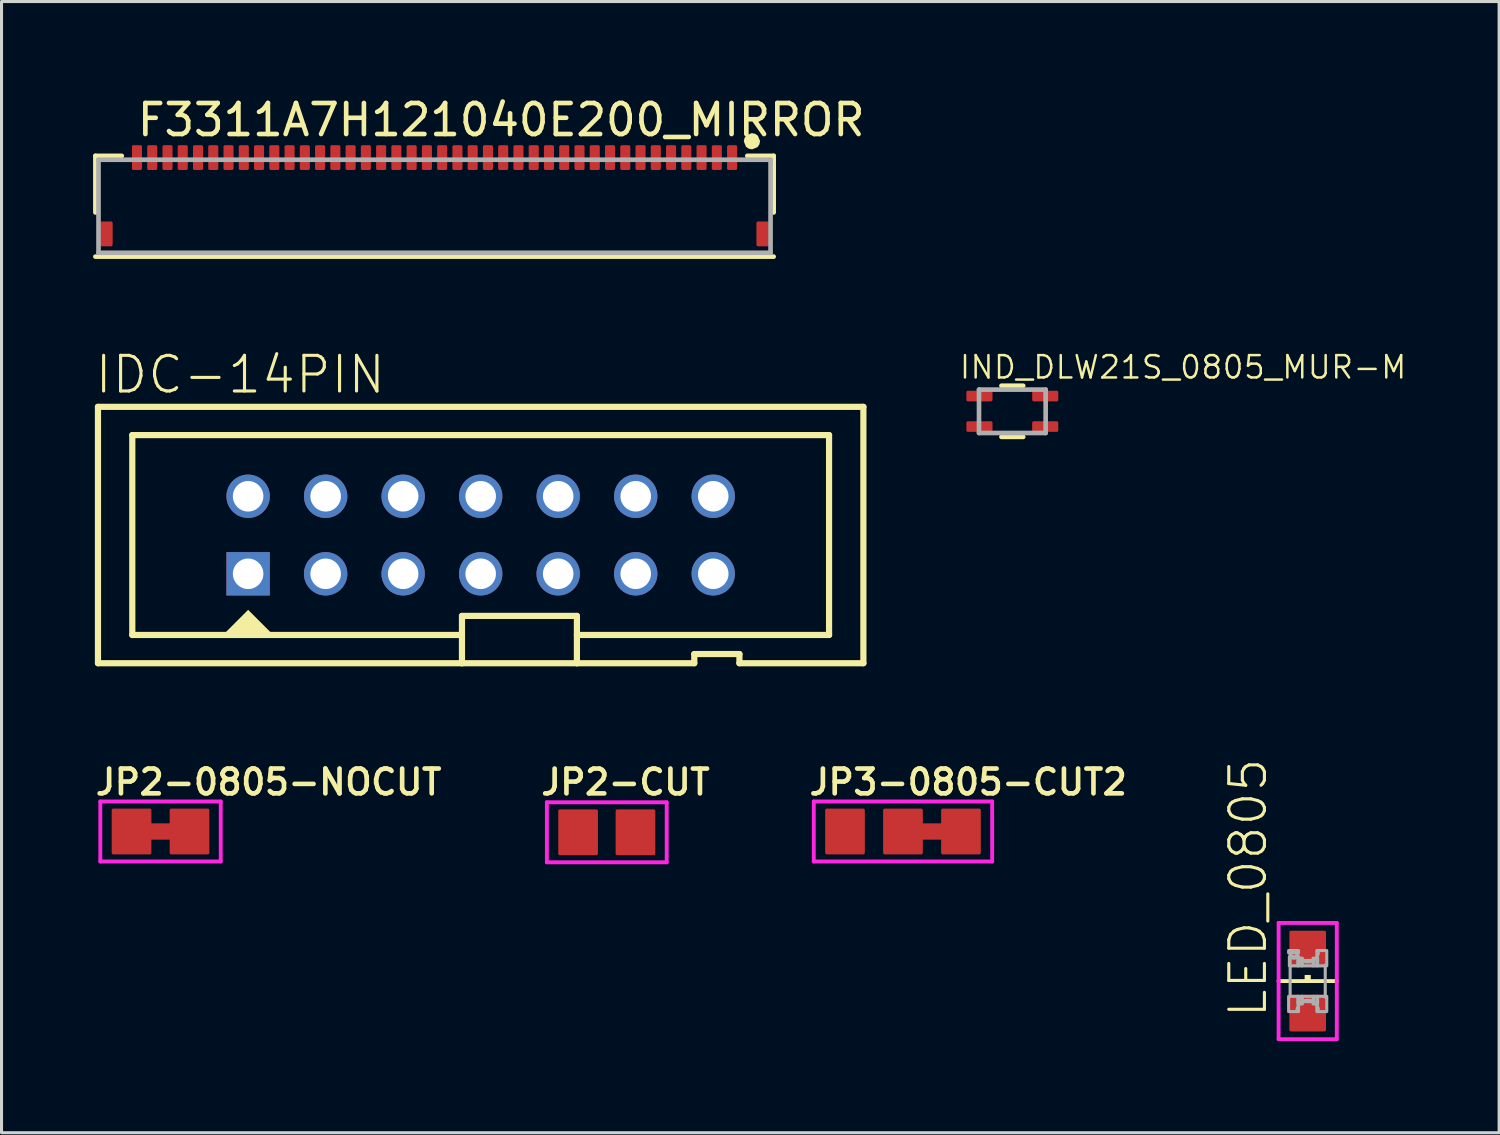
<source format=kicad_pcb>
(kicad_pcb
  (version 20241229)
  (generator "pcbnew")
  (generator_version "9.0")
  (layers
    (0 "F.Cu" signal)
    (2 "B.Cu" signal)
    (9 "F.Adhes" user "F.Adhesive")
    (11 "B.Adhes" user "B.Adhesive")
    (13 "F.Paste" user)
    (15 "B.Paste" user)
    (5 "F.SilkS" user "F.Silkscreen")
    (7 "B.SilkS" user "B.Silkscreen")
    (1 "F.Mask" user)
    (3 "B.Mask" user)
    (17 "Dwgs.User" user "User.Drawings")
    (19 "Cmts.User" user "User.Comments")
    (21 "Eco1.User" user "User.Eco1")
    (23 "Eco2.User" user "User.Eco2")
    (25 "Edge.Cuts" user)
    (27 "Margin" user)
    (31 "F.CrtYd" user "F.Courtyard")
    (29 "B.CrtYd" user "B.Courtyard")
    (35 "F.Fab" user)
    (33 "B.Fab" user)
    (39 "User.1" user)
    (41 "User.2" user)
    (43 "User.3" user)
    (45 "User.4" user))
  (footprint "F3311A7H121040E200_MIRROR"
    (layer "F.Cu")
    (at 11.188 3.978)
    (property "Reference" "F3311A7H121040E200_MIRROR" (at -9.817 -2.505 0) (layer "F.SilkS") (effects (font (size 1.016 1.016) (thickness 0.152)) (justify left bottom)))
    (attr smd)
    (fp_line (start -11.112 -1.921) (end -11.112 -0.067) (stroke (width 0.152) (type solid)) (layer "F.SilkS"))
    (fp_line (start -11.112 1.381) (end 11.112 1.381) (stroke (width 0.152) (type solid)) (layer "F.SilkS"))
    (fp_line (start -10.248 -1.921) (end -11.112 -1.921) (stroke (width 0.152) (type solid)) (layer "F.SilkS"))
    (fp_line (start 11.112 -1.921) (end 10.248 -1.921) (stroke (width 0.152) (type solid)) (layer "F.SilkS"))
    (fp_line (start 11.112 -0.067) (end 11.112 -1.921) (stroke (width 0.152) (type solid)) (layer "F.SilkS"))
    (fp_poly (pts (xy 10.501 -2.645) (xy 10.593 -2.584) (xy 10.666 -2.407) (xy 10.645 -2.299) (xy 10.584 -2.207) (xy 10.407 -2.134) (xy 10.299 -2.155) (xy 10.207 -2.216) (xy 10.134 -2.393) (xy 10.155 -2.501) (xy 10.216 -2.593) (xy 10.393 -2.666)) (stroke (width 0) (type default)) (fill yes) (layer "F.SilkS"))
    (fp_line (start -11.01 -1.794) (end -11.01 1.254) (stroke (width 0.152) (type solid)) (layer "F.Fab"))
    (fp_line (start -11.01 1.254) (end 11.01 1.254) (stroke (width 0.152) (type solid)) (layer "F.Fab"))
    (fp_line (start 11.01 -1.794) (end -11.01 -1.794) (stroke (width 0.152) (type solid)) (layer "F.Fab"))
    (fp_line (start 11.01 1.254) (end 11.01 -1.794) (stroke (width 0.152) (type solid)) (layer "F.Fab"))
    (pad "" smd roundrect (at -10.75 0.636) (size 0.406 0.813) (layers "F.Cu" "F.Mask" "F.Paste") (roundrect_rratio 0.125))
    (pad "" smd roundrect (at 10.75 0.636) (size 0.406 0.813) (layers "F.Cu" "F.Mask" "F.Paste") (roundrect_rratio 0.125))
    (pad "1" smd roundrect (at 9.75 -1.864) (size 0.33 0.813) (layers "F.Cu" "F.Mask" "F.Paste") (roundrect_rratio 0.154))
    (pad "2" smd roundrect (at 9.25 -1.864) (size 0.33 0.813) (layers "F.Cu" "F.Mask" "F.Paste") (roundrect_rratio 0.154))
    (pad "3" smd roundrect (at 8.75 -1.864) (size 0.33 0.813) (layers "F.Cu" "F.Mask" "F.Paste") (roundrect_rratio 0.154))
    (pad "4" smd roundrect (at 8.25 -1.864) (size 0.33 0.813) (layers "F.Cu" "F.Mask" "F.Paste") (roundrect_rratio 0.154))
    (pad "5" smd roundrect (at 7.75 -1.864) (size 0.33 0.813) (layers "F.Cu" "F.Mask" "F.Paste") (roundrect_rratio 0.154))
    (pad "6" smd roundrect (at 7.25 -1.864) (size 0.33 0.813) (layers "F.Cu" "F.Mask" "F.Paste") (roundrect_rratio 0.154))
    (pad "7" smd roundrect (at 6.75 -1.864) (size 0.33 0.813) (layers "F.Cu" "F.Mask" "F.Paste") (roundrect_rratio 0.154))
    (pad "8" smd roundrect (at 6.25 -1.864) (size 0.33 0.813) (layers "F.Cu" "F.Mask" "F.Paste") (roundrect_rratio 0.154))
    (pad "9" smd roundrect (at 5.75 -1.864) (size 0.33 0.813) (layers "F.Cu" "F.Mask" "F.Paste") (roundrect_rratio 0.154))
    (pad "10" smd roundrect (at 5.25 -1.864) (size 0.33 0.813) (layers "F.Cu" "F.Mask" "F.Paste") (roundrect_rratio 0.154))
    (pad "11" smd roundrect (at 4.75 -1.864) (size 0.33 0.813) (layers "F.Cu" "F.Mask" "F.Paste") (roundrect_rratio 0.154))
    (pad "12" smd roundrect (at 4.25 -1.864) (size 0.33 0.813) (layers "F.Cu" "F.Mask" "F.Paste") (roundrect_rratio 0.154))
    (pad "13" smd roundrect (at 3.75 -1.864) (size 0.33 0.813) (layers "F.Cu" "F.Mask" "F.Paste") (roundrect_rratio 0.154))
    (pad "14" smd roundrect (at 3.25 -1.864) (size 0.33 0.813) (layers "F.Cu" "F.Mask" "F.Paste") (roundrect_rratio 0.154))
    (pad "15" smd roundrect (at 2.75 -1.864) (size 0.33 0.813) (layers "F.Cu" "F.Mask" "F.Paste") (roundrect_rratio 0.154))
    (pad "16" smd roundrect (at 2.25 -1.864) (size 0.33 0.813) (layers "F.Cu" "F.Mask" "F.Paste") (roundrect_rratio 0.154))
    (pad "17" smd roundrect (at 1.75 -1.864) (size 0.33 0.813) (layers "F.Cu" "F.Mask" "F.Paste") (roundrect_rratio 0.154))
    (pad "18" smd roundrect (at 1.25 -1.864) (size 0.33 0.813) (layers "F.Cu" "F.Mask" "F.Paste") (roundrect_rratio 0.154))
    (pad "19" smd roundrect (at 0.75 -1.864) (size 0.33 0.813) (layers "F.Cu" "F.Mask" "F.Paste") (roundrect_rratio 0.154))
    (pad "20" smd roundrect (at 0.25 -1.864) (size 0.33 0.813) (layers "F.Cu" "F.Mask" "F.Paste") (roundrect_rratio 0.154))
    (pad "21" smd roundrect (at -0.25 -1.864) (size 0.33 0.813) (layers "F.Cu" "F.Mask" "F.Paste") (roundrect_rratio 0.154))
    (pad "22" smd roundrect (at -0.75 -1.864) (size 0.33 0.813) (layers "F.Cu" "F.Mask" "F.Paste") (roundrect_rratio 0.154))
    (pad "23" smd roundrect (at -1.25 -1.864) (size 0.33 0.813) (layers "F.Cu" "F.Mask" "F.Paste") (roundrect_rratio 0.154))
    (pad "24" smd roundrect (at -1.75 -1.864) (size 0.33 0.813) (layers "F.Cu" "F.Mask" "F.Paste") (roundrect_rratio 0.154))
    (pad "25" smd roundrect (at -2.25 -1.864) (size 0.33 0.813) (layers "F.Cu" "F.Mask" "F.Paste") (roundrect_rratio 0.154))
    (pad "26" smd roundrect (at -2.75 -1.864) (size 0.33 0.813) (layers "F.Cu" "F.Mask" "F.Paste") (roundrect_rratio 0.154))
    (pad "27" smd roundrect (at -3.25 -1.864) (size 0.33 0.813) (layers "F.Cu" "F.Mask" "F.Paste") (roundrect_rratio 0.154))
    (pad "28" smd roundrect (at -3.75 -1.864) (size 0.33 0.813) (layers "F.Cu" "F.Mask" "F.Paste") (roundrect_rratio 0.154))
    (pad "29" smd roundrect (at -4.25 -1.864) (size 0.33 0.813) (layers "F.Cu" "F.Mask" "F.Paste") (roundrect_rratio 0.154))
    (pad "30" smd roundrect (at -4.75 -1.864) (size 0.33 0.813) (layers "F.Cu" "F.Mask" "F.Paste") (roundrect_rratio 0.154))
    (pad "31" smd roundrect (at -5.25 -1.864) (size 0.33 0.813) (layers "F.Cu" "F.Mask" "F.Paste") (roundrect_rratio 0.154))
    (pad "32" smd roundrect (at -5.75 -1.864) (size 0.33 0.813) (layers "F.Cu" "F.Mask" "F.Paste") (roundrect_rratio 0.154))
    (pad "33" smd roundrect (at -6.25 -1.864) (size 0.33 0.813) (layers "F.Cu" "F.Mask" "F.Paste") (roundrect_rratio 0.154))
    (pad "34" smd roundrect (at -6.75 -1.864) (size 0.33 0.813) (layers "F.Cu" "F.Mask" "F.Paste") (roundrect_rratio 0.154))
    (pad "35" smd roundrect (at -7.25 -1.864) (size 0.33 0.813) (layers "F.Cu" "F.Mask" "F.Paste") (roundrect_rratio 0.154))
    (pad "36" smd roundrect (at -7.75 -1.864) (size 0.33 0.813) (layers "F.Cu" "F.Mask" "F.Paste") (roundrect_rratio 0.154))
    (pad "37" smd roundrect (at -8.25 -1.864) (size 0.33 0.813) (layers "F.Cu" "F.Mask" "F.Paste") (roundrect_rratio 0.154))
    (pad "38" smd roundrect (at -8.75 -1.864) (size 0.33 0.813) (layers "F.Cu" "F.Mask" "F.Paste") (roundrect_rratio 0.154))
    (pad "39" smd roundrect (at -9.25 -1.864) (size 0.33 0.813) (layers "F.Cu" "F.Mask" "F.Paste") (roundrect_rratio 0.154))
    (pad "40" smd roundrect (at -9.75 -1.864) (size 0.33 0.813) (layers "F.Cu" "F.Mask" "F.Paste") (roundrect_rratio 0.154)))
  (footprint "IDC-14PIN"
    (layer "F.Cu")
    (at 12.7 14.481)
    (property "Reference" "IDC-14PIN" (at -12.7 -4.572 0) (layer "F.SilkS") (effects (font (size 1.168 1.168) (thickness 0.102)) (justify left bottom)))
    (fp_line (start -12.54 -4.2) (end 12.54 -4.2) (stroke (width 0.203) (type solid)) (layer "F.SilkS"))
    (fp_line (start -12.54 4.2) (end -12.54 -4.2) (stroke (width 0.203) (type solid)) (layer "F.SilkS"))
    (fp_line (start -11.415 -3.275) (end 11.415 -3.275) (stroke (width 0.203) (type solid)) (layer "F.SilkS"))
    (fp_line (start -11.415 3.275) (end -11.415 -3.275) (stroke (width 0.203) (type solid)) (layer "F.SilkS"))
    (fp_line (start -0.613 2.65) (end -0.613 4.2) (stroke (width 0.203) (type solid)) (layer "F.SilkS"))
    (fp_line (start -0.613 3.275) (end -11.415 3.275) (stroke (width 0.203) (type solid)) (layer "F.SilkS"))
    (fp_line (start -0.613 4.2) (end -12.54 4.2) (stroke (width 0.203) (type solid)) (layer "F.SilkS"))
    (fp_line (start 3.153 2.65) (end -0.613 2.65) (stroke (width 0.203) (type solid)) (layer "F.SilkS"))
    (fp_line (start 3.153 4.2) (end -0.613 4.2) (stroke (width 0.203) (type solid)) (layer "F.SilkS"))
    (fp_line (start 3.153 4.2) (end 3.153 2.65) (stroke (width 0.203) (type solid)) (layer "F.SilkS"))
    (fp_line (start 6.999 3.9) (end 6.999 4.2) (stroke (width 0.203) (type solid)) (layer "F.SilkS"))
    (fp_line (start 6.999 4.2) (end 3.153 4.2) (stroke (width 0.203) (type solid)) (layer "F.SilkS"))
    (fp_line (start 8.478 3.9) (end 6.999 3.9) (stroke (width 0.203) (type solid)) (layer "F.SilkS"))
    (fp_line (start 8.478 4.2) (end 8.478 3.9) (stroke (width 0.203) (type solid)) (layer "F.SilkS"))
    (fp_line (start 11.415 -3.275) (end 11.415 3.275) (stroke (width 0.203) (type solid)) (layer "F.SilkS"))
    (fp_line (start 11.415 3.275) (end 3.153 3.275) (stroke (width 0.203) (type solid)) (layer "F.SilkS"))
    (fp_line (start 12.54 -4.2) (end 12.54 4.2) (stroke (width 0.203) (type solid)) (layer "F.SilkS"))
    (fp_line (start 12.54 4.2) (end 8.478 4.2) (stroke (width 0.203) (type solid)) (layer "F.SilkS"))
    (fp_poly (pts (xy -6.832 3.239) (xy -8.408 3.239) (xy -7.62 2.45)) (stroke (width 0) (type default)) (fill yes) (layer "F.SilkS"))
    (pad "1" thru_hole rect (at -7.62 1.27) (size 1.422 1.422) (drill 1) (layers "*.Cu" "*.Mask"))
    (pad "2" thru_hole circle (at -7.62 -1.27) (size 1.422 1.422) (drill 1) (layers "*.Cu" "*.Mask"))
    (pad "3" thru_hole circle (at -5.08 1.27) (size 1.422 1.422) (drill 1) (layers "*.Cu" "*.Mask"))
    (pad "4" thru_hole circle (at -5.08 -1.27) (size 1.422 1.422) (drill 1) (layers "*.Cu" "*.Mask"))
    (pad "5" thru_hole circle (at -2.54 1.27) (size 1.422 1.422) (drill 1) (layers "*.Cu" "*.Mask"))
    (pad "6" thru_hole circle (at -2.54 -1.27) (size 1.422 1.422) (drill 1) (layers "*.Cu" "*.Mask"))
    (pad "7" thru_hole circle (at 0 1.27) (size 1.422 1.422) (drill 1) (layers "*.Cu" "*.Mask"))
    (pad "8" thru_hole circle (at 0 -1.27) (size 1.422 1.422) (drill 1) (layers "*.Cu" "*.Mask"))
    (pad "9" thru_hole circle (at 2.54 1.27) (size 1.422 1.422) (drill 1) (layers "*.Cu" "*.Mask"))
    (pad "10" thru_hole circle (at 2.54 -1.27) (size 1.422 1.422) (drill 1) (layers "*.Cu" "*.Mask"))
    (pad "11" thru_hole circle (at 5.08 1.27) (size 1.422 1.422) (drill 1) (layers "*.Cu" "*.Mask"))
    (pad "12" thru_hole circle (at 5.08 -1.27) (size 1.422 1.422) (drill 1) (layers "*.Cu" "*.Mask"))
    (pad "13" thru_hole circle (at 7.62 1.27) (size 1.422 1.422) (drill 1) (layers "*.Cu" "*.Mask"))
    (pad "14" thru_hole circle (at 7.62 -1.27) (size 1.422 1.422) (drill 1) (layers "*.Cu" "*.Mask")))
  (footprint "JP2-0805-NOCUT"
    (layer "F.Cu")
    (at 2.21 24.195)
    (property "Reference" "JP2-0805-NOCUT" (at -2.21 -1.143 0) (layer "F.SilkS") (effects (font (size 0.813 0.813) (thickness 0.152) (bold yes)) (justify left bottom)))
    (attr exclude_from_pos_files exclude_from_bom)
    (fp_poly (pts (xy 0.457 0.267) (xy -0.457 0.267) (xy -0.457 -0.267) (xy 0.457 -0.267)) (stroke (width 0) (type default)) (fill yes) (layer "F.Cu"))
    (fp_line (start -1.973 -0.983) (end 1.973 -0.983) (stroke (width 0.127) (type solid)) (layer "F.CrtYd"))
    (fp_line (start -1.973 0.983) (end -1.973 -0.983) (stroke (width 0.127) (type solid)) (layer "F.CrtYd"))
    (fp_line (start 1.973 -0.983) (end 1.973 0.983) (stroke (width 0.127) (type solid)) (layer "F.CrtYd"))
    (fp_line (start 1.973 0.983) (end -1.973 0.983) (stroke (width 0.127) (type solid)) (layer "F.CrtYd"))
    (pad "1" smd roundrect (at -0.95 0) (size 1.3 1.5) (layers "F.Cu" "F.Mask" "F.Paste") (roundrect_rratio 0.039))
    (pad "2" smd roundrect (at 0.95 0) (size 1.3 1.5) (layers "F.Cu" "F.Mask" "F.Paste") (roundrect_rratio 0.039)))
  (footprint "JP2-CUT"
    (layer "F.Cu")
    (at 16.832 24.221)
    (property "Reference" "JP2-CUT" (at -2.235 -1.168 0) (layer "F.SilkS") (effects (font (size 0.813 0.813) (thickness 0.152) (bold yes)) (justify left bottom)))
    (attr exclude_from_pos_files exclude_from_bom)
    (fp_line (start -1.963 -0.983) (end 1.963 -0.983) (stroke (width 0.127) (type solid)) (layer "F.CrtYd"))
    (fp_line (start -1.963 0.983) (end -1.963 -0.983) (stroke (width 0.127) (type solid)) (layer "F.CrtYd"))
    (fp_line (start 1.963 -0.983) (end 1.963 0.983) (stroke (width 0.127) (type solid)) (layer "F.CrtYd"))
    (fp_line (start 1.963 0.983) (end -1.963 0.983) (stroke (width 0.127) (type solid)) (layer "F.CrtYd"))
    (pad "1" smd roundrect (at -0.94 0) (size 1.3 1.5) (layers "F.Cu" "F.Mask" "F.Paste") (roundrect_rratio 0.039))
    (pad "2" smd roundrect (at 0.94 0) (size 1.3 1.5) (layers "F.Cu" "F.Mask" "F.Paste") (roundrect_rratio 0.039)))
  (footprint "IND_DLW21S_0805_MUR-M"
    (layer "F.Cu")
    (at 30.12 10.427)
    (property "Reference" "IND_DLW21S_0805_MUR-M" (at -1.778 -1.016 0) (layer "F.SilkS") (effects (font (size 0.732 0.732) (thickness 0.081)) (justify left bottom)))
    (fp_line (start -0.356 0.838) (end 0.356 0.838) (stroke (width 0.152) (type solid)) (layer "F.SilkS"))
    (fp_line (start 0.356 -0.838) (end -0.356 -0.838) (stroke (width 0.152) (type solid)) (layer "F.SilkS"))
    (fp_line (start -1.092 -0.711) (end -1.092 0.711) (stroke (width 0.152) (type solid)) (layer "F.Fab"))
    (fp_line (start -1.092 0.711) (end 1.092 0.711) (stroke (width 0.152) (type solid)) (layer "F.Fab"))
    (fp_line (start 1.092 -0.711) (end -1.092 -0.711) (stroke (width 0.152) (type solid)) (layer "F.Fab"))
    (fp_line (start 1.092 0.711) (end 1.092 -0.711) (stroke (width 0.152) (type solid)) (layer "F.Fab"))
    (fp_line (start 1.092 -0.508) (end 1.092 -0.711) (stroke (width 0.152) (type solid)) (layer "User.1"))
    (pad "1" smd roundrect (at -1.078 -0.5) (size 0.856 0.349) (layers "F.Cu" "F.Mask" "F.Paste") (roundrect_rratio 0.145))
    (pad "2" smd roundrect (at 1.078 -0.5) (size 0.856 0.349) (layers "F.Cu" "F.Mask" "F.Paste") (roundrect_rratio 0.145))
    (pad "3" smd roundrect (at 1.078 0.5) (size 0.856 0.349) (layers "F.Cu" "F.Mask" "F.Paste") (roundrect_rratio 0.145))
    (pad "4" smd roundrect (at -1.078 0.5) (size 0.856 0.349) (layers "F.Cu" "F.Mask" "F.Paste") (roundrect_rratio 0.145)))
  (footprint "JP3-0805-CUT2"
    (layer "F.Cu")
    (at 26.537 24.195)
    (property "Reference" "JP3-0805-CUT2" (at -3.15 -1.143 0) (layer "F.SilkS") (effects (font (size 0.813 0.813) (thickness 0.152) (bold yes)) (justify left bottom)))
    (attr exclude_from_pos_files exclude_from_bom)
    (fp_poly (pts (xy 1.412 0.267) (xy 0.498 0.267) (xy 0.498 -0.267) (xy 1.412 -0.267)) (stroke (width 0) (type default)) (fill yes) (layer "F.Cu"))
    (fp_line (start -2.923 -0.983) (end 2.923 -0.983) (stroke (width 0.127) (type solid)) (layer "F.CrtYd"))
    (fp_line (start -2.923 0.983) (end -2.923 -0.983) (stroke (width 0.127) (type solid)) (layer "F.CrtYd"))
    (fp_line (start 2.923 -0.983) (end 2.923 0.983) (stroke (width 0.127) (type solid)) (layer "F.CrtYd"))
    (fp_line (start 2.923 0.983) (end -2.923 0.983) (stroke (width 0.127) (type solid)) (layer "F.CrtYd"))
    (pad "COM" smd roundrect (at 0 0) (size 1.3 1.5) (layers "F.Cu" "F.Mask" "F.Paste") (roundrect_rratio 0.039))
    (pad "NC" smd roundrect (at 1.9 0) (size 1.3 1.5) (layers "F.Cu" "F.Mask" "F.Paste") (roundrect_rratio 0.039))
    (pad "NO" smd roundrect (at -1.9 0) (size 1.3 1.5) (layers "F.Cu" "F.Mask" "F.Paste") (roundrect_rratio 0.039)))
  (footprint "LED_0805"
    (layer "F.Cu")
    (at 39.798 29.096)
    (property "Reference" "LED_0805" (at -1.27 1.27 90) (layer "F.SilkS") (effects (font (size 1.168 1.168) (thickness 0.102)) (justify left bottom)))
    (fp_line (start -0.953 0) (end 0.953 0) (stroke (width 0.127) (type solid)) (layer "F.SilkS"))
    (fp_poly (pts (xy -0.1 0) (xy 0.1 0) (xy 0.1 -0.2) (xy -0.1 -0.2)) (stroke (width 0) (type default)) (fill yes) (layer "F.SilkS"))
    (fp_line (start -0.953 -1.905) (end 0.953 -1.905) (stroke (width 0.127) (type solid)) (layer "F.CrtYd"))
    (fp_line (start -0.953 0) (end -0.953 -1.905) (stroke (width 0.127) (type solid)) (layer "F.CrtYd"))
    (fp_line (start -0.953 1.905) (end -0.953 0) (stroke (width 0.127) (type solid)) (layer "F.CrtYd"))
    (fp_line (start 0.953 -1.905) (end 0.953 0) (stroke (width 0.127) (type solid)) (layer "F.CrtYd"))
    (fp_line (start 0.953 0) (end 0.953 1.905) (stroke (width 0.127) (type solid)) (layer "F.CrtYd"))
    (fp_line (start 0.953 1.905) (end -0.953 1.905) (stroke (width 0.127) (type solid)) (layer "F.CrtYd"))
    (fp_line (start -0.575 0.5) (end -0.575 -0.925) (stroke (width 0.102) (type solid)) (layer "F.Fab"))
    (fp_line (start 0.575 -0.525) (end 0.575 0.525) (stroke (width 0.102) (type solid)) (layer "F.Fab"))
    (fp_arc (start -0.35 0.925) (mid -0.000001 0.625027) (end 0.35 0.924998) (stroke (width 0.1016) (type solid)) (layer "F.Fab"))
    (fp_arc (start 0.35 -0.924998) (mid -0.000001 -0.625027) (end -0.35 -0.925) (stroke (width 0.1016) (type solid)) (layer "F.Fab"))
    (fp_circle (center -0.45 -0.85) (end -0.347 -0.85) (stroke (width 0.102) (type solid)) (fill no) (layer "F.Fab"))
    (fp_poly (pts (xy -0.625 -0.925) (xy -0.3 -0.925) (xy -0.3 -1) (xy -0.625 -1)) (stroke (width 0.1) (type default)) (fill no) (layer "F.Fab"))
    (fp_poly (pts (xy -0.625 1) (xy -0.3 1) (xy -0.3 0.5) (xy -0.625 0.5)) (stroke (width 0.1) (type default)) (fill no) (layer "F.Fab"))
    (fp_poly (pts (xy -0.6 -0.5) (xy -0.3 -0.5) (xy -0.3 -0.8) (xy -0.6 -0.8)) (stroke (width 0.1) (type default)) (fill no) (layer "F.Fab"))
    (fp_poly (pts (xy -0.325 -0.5) (xy -0.175 -0.5) (xy -0.175 -0.75) (xy -0.325 -0.75)) (stroke (width 0.1) (type default)) (fill no) (layer "F.Fab"))
    (fp_poly (pts (xy -0.325 0.75) (xy -0.175 0.75) (xy -0.175 0.5) (xy -0.325 0.5)) (stroke (width 0.1) (type default)) (fill no) (layer "F.Fab"))
    (fp_poly (pts (xy -0.2 -0.5) (xy 0.2 -0.5) (xy 0.2 -0.675) (xy -0.2 -0.675)) (stroke (width 0.1) (type default)) (fill no) (layer "F.Fab"))
    (fp_poly (pts (xy -0.2 0.675) (xy 0.2 0.675) (xy 0.2 0.5) (xy -0.2 0.5)) (stroke (width 0.1) (type default)) (fill no) (layer "F.Fab"))
    (fp_poly (pts (xy 0.175 -0.5) (xy 0.325 -0.5) (xy 0.325 -0.75) (xy 0.175 -0.75)) (stroke (width 0.1) (type default)) (fill no) (layer "F.Fab"))
    (fp_poly (pts (xy 0.175 0.75) (xy 0.325 0.75) (xy 0.325 0.5) (xy 0.175 0.5)) (stroke (width 0.1) (type default)) (fill no) (layer "F.Fab"))
    (fp_poly (pts (xy 0.3 -0.5) (xy 0.625 -0.5) (xy 0.625 -1) (xy 0.3 -1)) (stroke (width 0.1) (type default)) (fill no) (layer "F.Fab"))
    (fp_poly (pts (xy 0.3 1) (xy 0.625 1) (xy 0.625 0.5) (xy 0.3 0.5)) (stroke (width 0.1) (type default)) (fill no) (layer "F.Fab"))
    (pad "A" smd roundrect (at 0 1.05) (size 1.2 1.2) (layers "F.Cu" "F.Mask" "F.Paste") (roundrect_rratio 0.042))
    (pad "C" smd roundrect (at 0 -1.05) (size 1.2 1.2) (layers "F.Cu" "F.Mask" "F.Paste") (roundrect_rratio 0.042)))
  (gr_rect
    (start -3 -3)
    (end 46.07 34.065)
    (stroke (width 0.1) (type default))
    (fill no)
    (layer "Edge.Cuts")))
</source>
